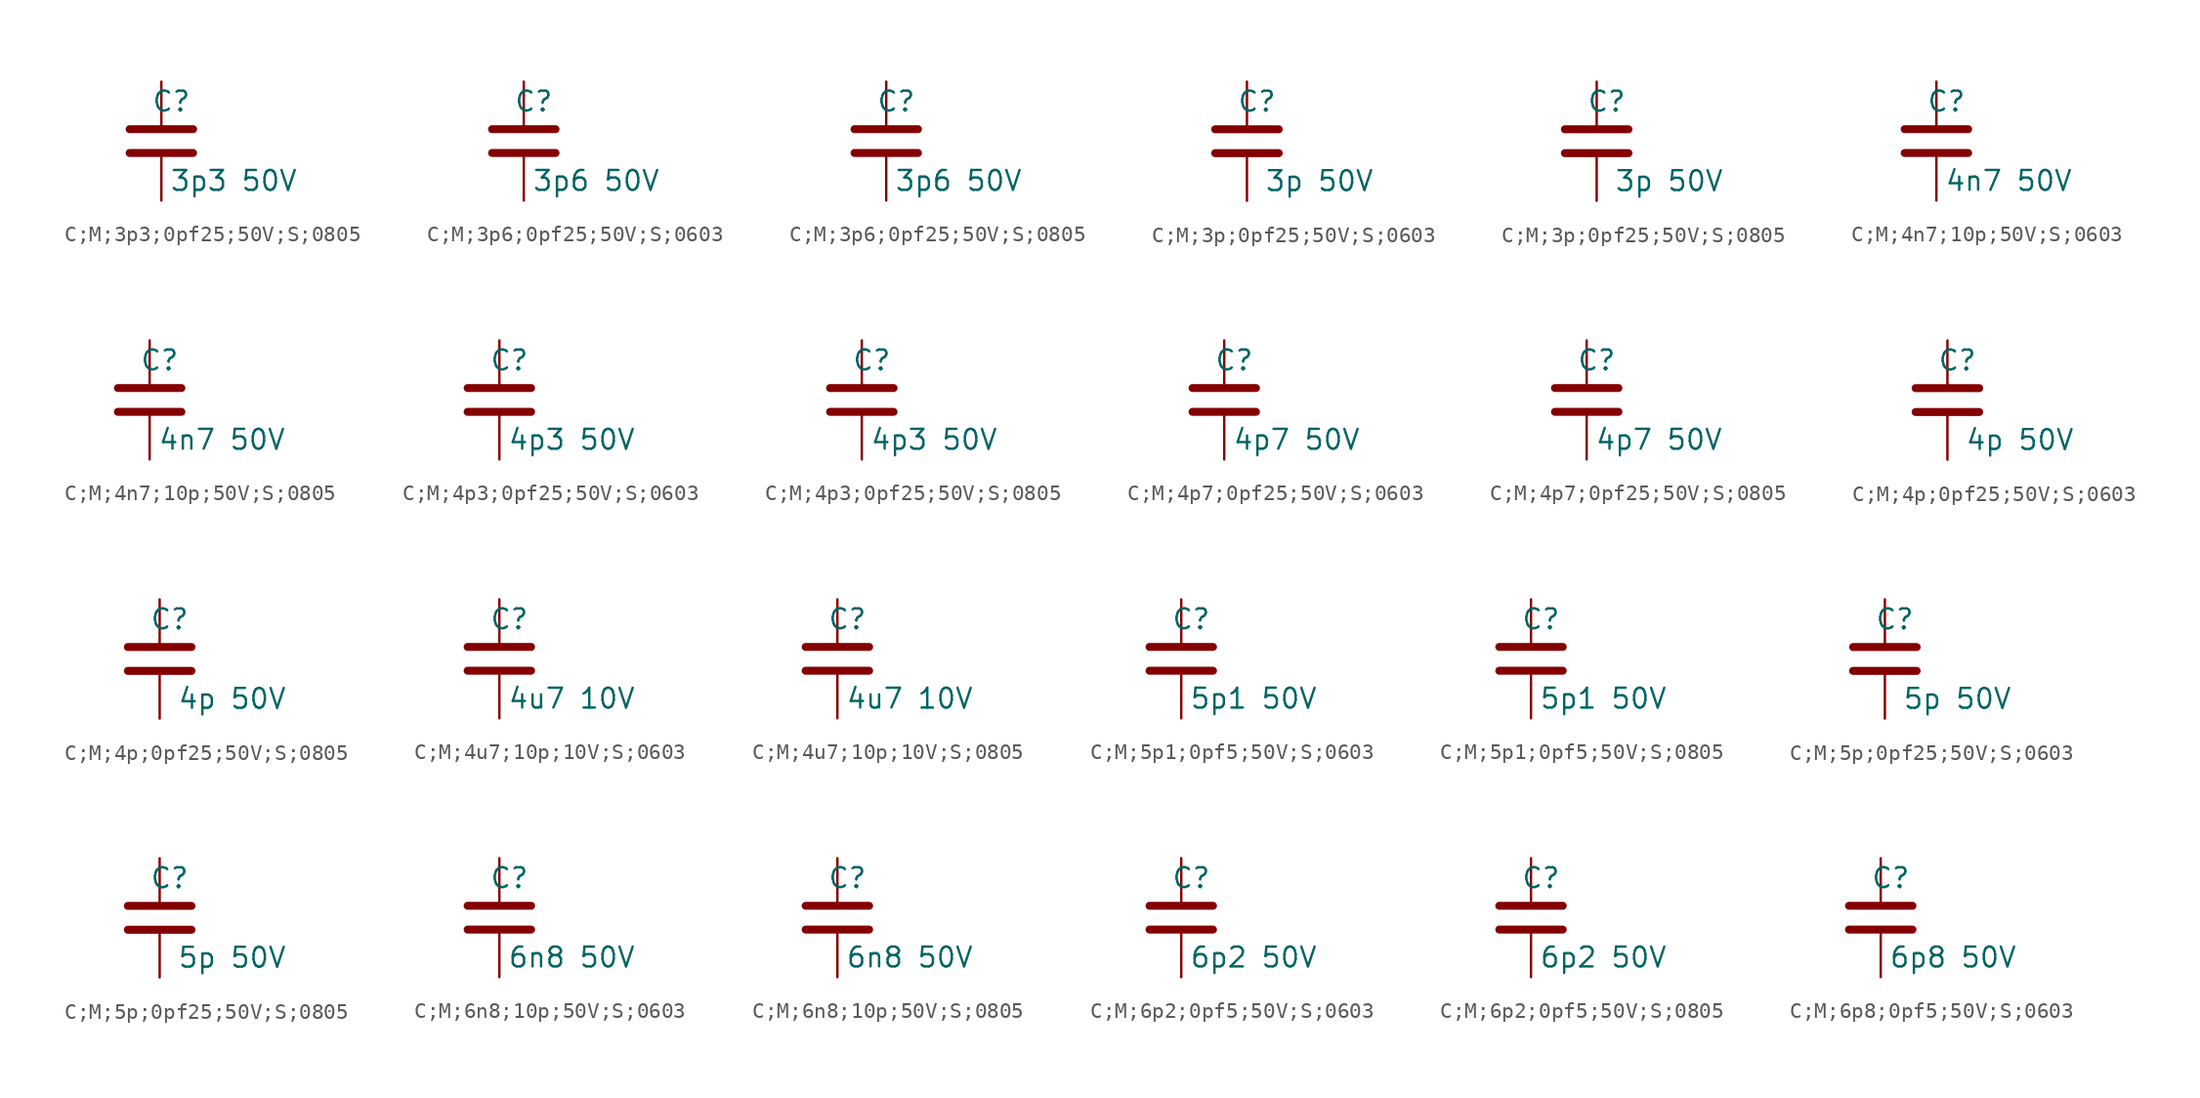
<source format=kicad_sym>
(kicad_symbol_lib
  (version 20231120)
  (generator "kicad_symbol_editor")
  (generator_version "8.0")
  (symbol "C;M;3p3;0pf25;50V;S;0805"
    (pin_numbers hide)
    (pin_names
      (offset 0.254))
    (property "Reference" "C"
      (at 0.635 2.54 0)
      (effects (font (size 1.27 1.27))))
    (property "Value" "3p3 50V"
      (at 4.635 -2.54 0)
      (effects (font (size 1.27 1.27))))
    (symbol "C;M;3p3;0pf25;50V;S;0805_0_1"
      (polyline (pts (xy -2.032 -0.762) (xy 2.032 -0.762)) (stroke (width 0.508) (type default)) (fill (type none)))
      (polyline (pts (xy -2.032 0.762) (xy 2.032 0.762)) (stroke (width 0.508) (type default)) (fill (type none))))
    (symbol "C;M;3p3;0pf25;50V;S;0805_1_1"
      (pin passive line (at 0 3.81 270) (length 2.794) (name "~" (effects (font (size 1.27 1.27)))) (number "1" (effects (font (size 1.27 1.27)))))
      (pin passive line (at 0 -3.81 90) (length 2.794) (name "~" (effects (font (size 1.27 1.27)))) (number "2" (effects (font (size 1.27 1.27)))))))
  (symbol "C;M;3p6;0pf25;50V;S;0603"
    (pin_numbers hide)
    (pin_names
      (offset 0.254))
    (property "Reference" "C"
      (at 0.635 2.54 0)
      (effects (font (size 1.27 1.27))))
    (property "Value" "3p6 50V"
      (at 4.635 -2.54 0)
      (effects (font (size 1.27 1.27))))
    (symbol "C;M;3p6;0pf25;50V;S;0603_0_1"
      (polyline (pts (xy -2.032 -0.762) (xy 2.032 -0.762)) (stroke (width 0.508) (type default)) (fill (type none)))
      (polyline (pts (xy -2.032 0.762) (xy 2.032 0.762)) (stroke (width 0.508) (type default)) (fill (type none))))
    (symbol "C;M;3p6;0pf25;50V;S;0603_1_1"
      (pin passive line (at 0 3.81 270) (length 2.794) (name "~" (effects (font (size 1.27 1.27)))) (number "1" (effects (font (size 1.27 1.27)))))
      (pin passive line (at 0 -3.81 90) (length 2.794) (name "~" (effects (font (size 1.27 1.27)))) (number "2" (effects (font (size 1.27 1.27)))))))
  (symbol "C;M;3p6;0pf25;50V;S;0805"
    (pin_numbers hide)
    (pin_names
      (offset 0.254))
    (property "Reference" "C"
      (at 0.635 2.54 0)
      (effects (font (size 1.27 1.27))))
    (property "Value" "3p6 50V"
      (at 4.635 -2.54 0)
      (effects (font (size 1.27 1.27))))
    (symbol "C;M;3p6;0pf25;50V;S;0805_0_1"
      (polyline (pts (xy -2.032 -0.762) (xy 2.032 -0.762)) (stroke (width 0.508) (type default)) (fill (type none)))
      (polyline (pts (xy -2.032 0.762) (xy 2.032 0.762)) (stroke (width 0.508) (type default)) (fill (type none))))
    (symbol "C;M;3p6;0pf25;50V;S;0805_1_1"
      (pin passive line (at 0 3.81 270) (length 2.794) (name "~" (effects (font (size 1.27 1.27)))) (number "1" (effects (font (size 1.27 1.27)))))
      (pin passive line (at 0 -3.81 90) (length 2.794) (name "~" (effects (font (size 1.27 1.27)))) (number "2" (effects (font (size 1.27 1.27)))))))
  (symbol "C;M;3p;0pf25;50V;S;0603"
    (pin_numbers hide)
    (pin_names
      (offset 0.254))
    (property "Reference" "C"
      (at 0.635 2.54 0)
      (effects (font (size 1.27 1.27))))
    (property "Value" "3p 50V"
      (at 4.635 -2.54 0)
      (effects (font (size 1.27 1.27))))
    (symbol "C;M;3p;0pf25;50V;S;0603_0_1"
      (polyline (pts (xy -2.032 -0.762) (xy 2.032 -0.762)) (stroke (width 0.508) (type default)) (fill (type none)))
      (polyline (pts (xy -2.032 0.762) (xy 2.032 0.762)) (stroke (width 0.508) (type default)) (fill (type none))))
    (symbol "C;M;3p;0pf25;50V;S;0603_1_1"
      (pin passive line (at 0 3.81 270) (length 2.794) (name "~" (effects (font (size 1.27 1.27)))) (number "1" (effects (font (size 1.27 1.27)))))
      (pin passive line (at 0 -3.81 90) (length 2.794) (name "~" (effects (font (size 1.27 1.27)))) (number "2" (effects (font (size 1.27 1.27)))))))
  (symbol "C;M;3p;0pf25;50V;S;0805"
    (pin_numbers hide)
    (pin_names
      (offset 0.254))
    (property "Reference" "C"
      (at 0.635 2.54 0)
      (effects (font (size 1.27 1.27))))
    (property "Value" "3p 50V"
      (at 4.635 -2.54 0)
      (effects (font (size 1.27 1.27))))
    (symbol "C;M;3p;0pf25;50V;S;0805_0_1"
      (polyline (pts (xy -2.032 -0.762) (xy 2.032 -0.762)) (stroke (width 0.508) (type default)) (fill (type none)))
      (polyline (pts (xy -2.032 0.762) (xy 2.032 0.762)) (stroke (width 0.508) (type default)) (fill (type none))))
    (symbol "C;M;3p;0pf25;50V;S;0805_1_1"
      (pin passive line (at 0 3.81 270) (length 2.794) (name "~" (effects (font (size 1.27 1.27)))) (number "1" (effects (font (size 1.27 1.27)))))
      (pin passive line (at 0 -3.81 90) (length 2.794) (name "~" (effects (font (size 1.27 1.27)))) (number "2" (effects (font (size 1.27 1.27)))))))
  (symbol "C;M;4n7;10p;50V;S;0603"
    (pin_numbers hide)
    (pin_names
      (offset 0.254))
    (property "Reference" "C"
      (at 0.635 2.54 0)
      (effects (font (size 1.27 1.27))))
    (property "Value" "4n7 50V"
      (at 4.635 -2.54 0)
      (effects (font (size 1.27 1.27))))
    (symbol "C;M;4n7;10p;50V;S;0603_0_1"
      (polyline (pts (xy -2.032 -0.762) (xy 2.032 -0.762)) (stroke (width 0.508) (type default)) (fill (type none)))
      (polyline (pts (xy -2.032 0.762) (xy 2.032 0.762)) (stroke (width 0.508) (type default)) (fill (type none))))
    (symbol "C;M;4n7;10p;50V;S;0603_1_1"
      (pin passive line (at 0 3.81 270) (length 2.794) (name "~" (effects (font (size 1.27 1.27)))) (number "1" (effects (font (size 1.27 1.27)))))
      (pin passive line (at 0 -3.81 90) (length 2.794) (name "~" (effects (font (size 1.27 1.27)))) (number "2" (effects (font (size 1.27 1.27)))))))
  (symbol "C;M;4n7;10p;50V;S;0805"
    (pin_numbers hide)
    (pin_names
      (offset 0.254))
    (property "Reference" "C"
      (at 0.635 2.54 0)
      (effects (font (size 1.27 1.27))))
    (property "Value" "4n7 50V"
      (at 4.635 -2.54 0)
      (effects (font (size 1.27 1.27))))
    (symbol "C;M;4n7;10p;50V;S;0805_0_1"
      (polyline (pts (xy -2.032 -0.762) (xy 2.032 -0.762)) (stroke (width 0.508) (type default)) (fill (type none)))
      (polyline (pts (xy -2.032 0.762) (xy 2.032 0.762)) (stroke (width 0.508) (type default)) (fill (type none))))
    (symbol "C;M;4n7;10p;50V;S;0805_1_1"
      (pin passive line (at 0 3.81 270) (length 2.794) (name "~" (effects (font (size 1.27 1.27)))) (number "1" (effects (font (size 1.27 1.27)))))
      (pin passive line (at 0 -3.81 90) (length 2.794) (name "~" (effects (font (size 1.27 1.27)))) (number "2" (effects (font (size 1.27 1.27)))))))
  (symbol "C;M;4p3;0pf25;50V;S;0603"
    (pin_numbers hide)
    (pin_names
      (offset 0.254))
    (property "Reference" "C"
      (at 0.635 2.54 0)
      (effects (font (size 1.27 1.27))))
    (property "Value" "4p3 50V"
      (at 4.635 -2.54 0)
      (effects (font (size 1.27 1.27))))
    (symbol "C;M;4p3;0pf25;50V;S;0603_0_1"
      (polyline (pts (xy -2.032 -0.762) (xy 2.032 -0.762)) (stroke (width 0.508) (type default)) (fill (type none)))
      (polyline (pts (xy -2.032 0.762) (xy 2.032 0.762)) (stroke (width 0.508) (type default)) (fill (type none))))
    (symbol "C;M;4p3;0pf25;50V;S;0603_1_1"
      (pin passive line (at 0 3.81 270) (length 2.794) (name "~" (effects (font (size 1.27 1.27)))) (number "1" (effects (font (size 1.27 1.27)))))
      (pin passive line (at 0 -3.81 90) (length 2.794) (name "~" (effects (font (size 1.27 1.27)))) (number "2" (effects (font (size 1.27 1.27)))))))
  (symbol "C;M;4p3;0pf25;50V;S;0805"
    (pin_numbers hide)
    (pin_names
      (offset 0.254))
    (property "Reference" "C"
      (at 0.635 2.54 0)
      (effects (font (size 1.27 1.27))))
    (property "Value" "4p3 50V"
      (at 4.635 -2.54 0)
      (effects (font (size 1.27 1.27))))
    (symbol "C;M;4p3;0pf25;50V;S;0805_0_1"
      (polyline (pts (xy -2.032 -0.762) (xy 2.032 -0.762)) (stroke (width 0.508) (type default)) (fill (type none)))
      (polyline (pts (xy -2.032 0.762) (xy 2.032 0.762)) (stroke (width 0.508) (type default)) (fill (type none))))
    (symbol "C;M;4p3;0pf25;50V;S;0805_1_1"
      (pin passive line (at 0 3.81 270) (length 2.794) (name "~" (effects (font (size 1.27 1.27)))) (number "1" (effects (font (size 1.27 1.27)))))
      (pin passive line (at 0 -3.81 90) (length 2.794) (name "~" (effects (font (size 1.27 1.27)))) (number "2" (effects (font (size 1.27 1.27)))))))
  (symbol "C;M;4p7;0pf25;50V;S;0603"
    (pin_numbers hide)
    (pin_names
      (offset 0.254))
    (property "Reference" "C"
      (at 0.635 2.54 0)
      (effects (font (size 1.27 1.27))))
    (property "Value" "4p7 50V"
      (at 4.635 -2.54 0)
      (effects (font (size 1.27 1.27))))
    (symbol "C;M;4p7;0pf25;50V;S;0603_0_1"
      (polyline (pts (xy -2.032 -0.762) (xy 2.032 -0.762)) (stroke (width 0.508) (type default)) (fill (type none)))
      (polyline (pts (xy -2.032 0.762) (xy 2.032 0.762)) (stroke (width 0.508) (type default)) (fill (type none))))
    (symbol "C;M;4p7;0pf25;50V;S;0603_1_1"
      (pin passive line (at 0 3.81 270) (length 2.794) (name "~" (effects (font (size 1.27 1.27)))) (number "1" (effects (font (size 1.27 1.27)))))
      (pin passive line (at 0 -3.81 90) (length 2.794) (name "~" (effects (font (size 1.27 1.27)))) (number "2" (effects (font (size 1.27 1.27)))))))
  (symbol "C;M;4p7;0pf25;50V;S;0805"
    (pin_numbers hide)
    (pin_names
      (offset 0.254))
    (property "Reference" "C"
      (at 0.635 2.54 0)
      (effects (font (size 1.27 1.27))))
    (property "Value" "4p7 50V"
      (at 4.635 -2.54 0)
      (effects (font (size 1.27 1.27))))
    (symbol "C;M;4p7;0pf25;50V;S;0805_0_1"
      (polyline (pts (xy -2.032 -0.762) (xy 2.032 -0.762)) (stroke (width 0.508) (type default)) (fill (type none)))
      (polyline (pts (xy -2.032 0.762) (xy 2.032 0.762)) (stroke (width 0.508) (type default)) (fill (type none))))
    (symbol "C;M;4p7;0pf25;50V;S;0805_1_1"
      (pin passive line (at 0 3.81 270) (length 2.794) (name "~" (effects (font (size 1.27 1.27)))) (number "1" (effects (font (size 1.27 1.27)))))
      (pin passive line (at 0 -3.81 90) (length 2.794) (name "~" (effects (font (size 1.27 1.27)))) (number "2" (effects (font (size 1.27 1.27)))))))
  (symbol "C;M;4p;0pf25;50V;S;0603"
    (pin_numbers hide)
    (pin_names
      (offset 0.254))
    (property "Reference" "C"
      (at 0.635 2.54 0)
      (effects (font (size 1.27 1.27))))
    (property "Value" "4p 50V"
      (at 4.635 -2.54 0)
      (effects (font (size 1.27 1.27))))
    (symbol "C;M;4p;0pf25;50V;S;0603_0_1"
      (polyline (pts (xy -2.032 -0.762) (xy 2.032 -0.762)) (stroke (width 0.508) (type default)) (fill (type none)))
      (polyline (pts (xy -2.032 0.762) (xy 2.032 0.762)) (stroke (width 0.508) (type default)) (fill (type none))))
    (symbol "C;M;4p;0pf25;50V;S;0603_1_1"
      (pin passive line (at 0 3.81 270) (length 2.794) (name "~" (effects (font (size 1.27 1.27)))) (number "1" (effects (font (size 1.27 1.27)))))
      (pin passive line (at 0 -3.81 90) (length 2.794) (name "~" (effects (font (size 1.27 1.27)))) (number "2" (effects (font (size 1.27 1.27)))))))
  (symbol "C;M;4p;0pf25;50V;S;0805"
    (pin_numbers hide)
    (pin_names
      (offset 0.254))
    (property "Reference" "C"
      (at 0.635 2.54 0)
      (effects (font (size 1.27 1.27))))
    (property "Value" "4p 50V"
      (at 4.635 -2.54 0)
      (effects (font (size 1.27 1.27))))
    (symbol "C;M;4p;0pf25;50V;S;0805_0_1"
      (polyline (pts (xy -2.032 -0.762) (xy 2.032 -0.762)) (stroke (width 0.508) (type default)) (fill (type none)))
      (polyline (pts (xy -2.032 0.762) (xy 2.032 0.762)) (stroke (width 0.508) (type default)) (fill (type none))))
    (symbol "C;M;4p;0pf25;50V;S;0805_1_1"
      (pin passive line (at 0 3.81 270) (length 2.794) (name "~" (effects (font (size 1.27 1.27)))) (number "1" (effects (font (size 1.27 1.27)))))
      (pin passive line (at 0 -3.81 90) (length 2.794) (name "~" (effects (font (size 1.27 1.27)))) (number "2" (effects (font (size 1.27 1.27)))))))
  (symbol "C;M;4u7;10p;10V;S;0603"
    (pin_numbers hide)
    (pin_names
      (offset 0.254))
    (property "Reference" "C"
      (at 0.635 2.54 0)
      (effects (font (size 1.27 1.27))))
    (property "Value" "4u7 10V"
      (at 4.635 -2.54 0)
      (effects (font (size 1.27 1.27))))
    (symbol "C;M;4u7;10p;10V;S;0603_0_1"
      (polyline (pts (xy -2.032 -0.762) (xy 2.032 -0.762)) (stroke (width 0.508) (type default)) (fill (type none)))
      (polyline (pts (xy -2.032 0.762) (xy 2.032 0.762)) (stroke (width 0.508) (type default)) (fill (type none))))
    (symbol "C;M;4u7;10p;10V;S;0603_1_1"
      (pin passive line (at 0 3.81 270) (length 2.794) (name "~" (effects (font (size 1.27 1.27)))) (number "1" (effects (font (size 1.27 1.27)))))
      (pin passive line (at 0 -3.81 90) (length 2.794) (name "~" (effects (font (size 1.27 1.27)))) (number "2" (effects (font (size 1.27 1.27)))))))
  (symbol "C;M;4u7;10p;10V;S;0805"
    (pin_numbers hide)
    (pin_names
      (offset 0.254))
    (property "Reference" "C"
      (at 0.635 2.54 0)
      (effects (font (size 1.27 1.27))))
    (property "Value" "4u7 10V"
      (at 4.635 -2.54 0)
      (effects (font (size 1.27 1.27))))
    (symbol "C;M;4u7;10p;10V;S;0805_0_1"
      (polyline (pts (xy -2.032 -0.762) (xy 2.032 -0.762)) (stroke (width 0.508) (type default)) (fill (type none)))
      (polyline (pts (xy -2.032 0.762) (xy 2.032 0.762)) (stroke (width 0.508) (type default)) (fill (type none))))
    (symbol "C;M;4u7;10p;10V;S;0805_1_1"
      (pin passive line (at 0 3.81 270) (length 2.794) (name "~" (effects (font (size 1.27 1.27)))) (number "1" (effects (font (size 1.27 1.27)))))
      (pin passive line (at 0 -3.81 90) (length 2.794) (name "~" (effects (font (size 1.27 1.27)))) (number "2" (effects (font (size 1.27 1.27)))))))
  (symbol "C;M;5p1;0pf5;50V;S;0603"
    (pin_numbers hide)
    (pin_names
      (offset 0.254))
    (property "Reference" "C"
      (at 0.635 2.54 0)
      (effects (font (size 1.27 1.27))))
    (property "Value" "5p1 50V"
      (at 4.635 -2.54 0)
      (effects (font (size 1.27 1.27))))
    (symbol "C;M;5p1;0pf5;50V;S;0603_0_1"
      (polyline (pts (xy -2.032 -0.762) (xy 2.032 -0.762)) (stroke (width 0.508) (type default)) (fill (type none)))
      (polyline (pts (xy -2.032 0.762) (xy 2.032 0.762)) (stroke (width 0.508) (type default)) (fill (type none))))
    (symbol "C;M;5p1;0pf5;50V;S;0603_1_1"
      (pin passive line (at 0 3.81 270) (length 2.794) (name "~" (effects (font (size 1.27 1.27)))) (number "1" (effects (font (size 1.27 1.27)))))
      (pin passive line (at 0 -3.81 90) (length 2.794) (name "~" (effects (font (size 1.27 1.27)))) (number "2" (effects (font (size 1.27 1.27)))))))
  (symbol "C;M;5p1;0pf5;50V;S;0805"
    (pin_numbers hide)
    (pin_names
      (offset 0.254))
    (property "Reference" "C"
      (at 0.635 2.54 0)
      (effects (font (size 1.27 1.27))))
    (property "Value" "5p1 50V"
      (at 4.635 -2.54 0)
      (effects (font (size 1.27 1.27))))
    (symbol "C;M;5p1;0pf5;50V;S;0805_0_1"
      (polyline (pts (xy -2.032 -0.762) (xy 2.032 -0.762)) (stroke (width 0.508) (type default)) (fill (type none)))
      (polyline (pts (xy -2.032 0.762) (xy 2.032 0.762)) (stroke (width 0.508) (type default)) (fill (type none))))
    (symbol "C;M;5p1;0pf5;50V;S;0805_1_1"
      (pin passive line (at 0 3.81 270) (length 2.794) (name "~" (effects (font (size 1.27 1.27)))) (number "1" (effects (font (size 1.27 1.27)))))
      (pin passive line (at 0 -3.81 90) (length 2.794) (name "~" (effects (font (size 1.27 1.27)))) (number "2" (effects (font (size 1.27 1.27)))))))
  (symbol "C;M;5p;0pf25;50V;S;0603"
    (pin_numbers hide)
    (pin_names
      (offset 0.254))
    (property "Reference" "C"
      (at 0.635 2.54 0)
      (effects (font (size 1.27 1.27))))
    (property "Value" "5p 50V"
      (at 4.635 -2.54 0)
      (effects (font (size 1.27 1.27))))
    (symbol "C;M;5p;0pf25;50V;S;0603_0_1"
      (polyline (pts (xy -2.032 -0.762) (xy 2.032 -0.762)) (stroke (width 0.508) (type default)) (fill (type none)))
      (polyline (pts (xy -2.032 0.762) (xy 2.032 0.762)) (stroke (width 0.508) (type default)) (fill (type none))))
    (symbol "C;M;5p;0pf25;50V;S;0603_1_1"
      (pin passive line (at 0 3.81 270) (length 2.794) (name "~" (effects (font (size 1.27 1.27)))) (number "1" (effects (font (size 1.27 1.27)))))
      (pin passive line (at 0 -3.81 90) (length 2.794) (name "~" (effects (font (size 1.27 1.27)))) (number "2" (effects (font (size 1.27 1.27)))))))
  (symbol "C;M;5p;0pf25;50V;S;0805"
    (pin_numbers hide)
    (pin_names
      (offset 0.254))
    (property "Reference" "C"
      (at 0.635 2.54 0)
      (effects (font (size 1.27 1.27))))
    (property "Value" "5p 50V"
      (at 4.635 -2.54 0)
      (effects (font (size 1.27 1.27))))
    (symbol "C;M;5p;0pf25;50V;S;0805_0_1"
      (polyline (pts (xy -2.032 -0.762) (xy 2.032 -0.762)) (stroke (width 0.508) (type default)) (fill (type none)))
      (polyline (pts (xy -2.032 0.762) (xy 2.032 0.762)) (stroke (width 0.508) (type default)) (fill (type none))))
    (symbol "C;M;5p;0pf25;50V;S;0805_1_1"
      (pin passive line (at 0 3.81 270) (length 2.794) (name "~" (effects (font (size 1.27 1.27)))) (number "1" (effects (font (size 1.27 1.27)))))
      (pin passive line (at 0 -3.81 90) (length 2.794) (name "~" (effects (font (size 1.27 1.27)))) (number "2" (effects (font (size 1.27 1.27)))))))
  (symbol "C;M;6n8;10p;50V;S;0603"
    (pin_numbers hide)
    (pin_names
      (offset 0.254))
    (property "Reference" "C"
      (at 0.635 2.54 0)
      (effects (font (size 1.27 1.27))))
    (property "Value" "6n8 50V"
      (at 4.635 -2.54 0)
      (effects (font (size 1.27 1.27))))
    (symbol "C;M;6n8;10p;50V;S;0603_0_1"
      (polyline (pts (xy -2.032 -0.762) (xy 2.032 -0.762)) (stroke (width 0.508) (type default)) (fill (type none)))
      (polyline (pts (xy -2.032 0.762) (xy 2.032 0.762)) (stroke (width 0.508) (type default)) (fill (type none))))
    (symbol "C;M;6n8;10p;50V;S;0603_1_1"
      (pin passive line (at 0 3.81 270) (length 2.794) (name "~" (effects (font (size 1.27 1.27)))) (number "1" (effects (font (size 1.27 1.27)))))
      (pin passive line (at 0 -3.81 90) (length 2.794) (name "~" (effects (font (size 1.27 1.27)))) (number "2" (effects (font (size 1.27 1.27)))))))
  (symbol "C;M;6n8;10p;50V;S;0805"
    (pin_numbers hide)
    (pin_names
      (offset 0.254))
    (property "Reference" "C"
      (at 0.635 2.54 0)
      (effects (font (size 1.27 1.27))))
    (property "Value" "6n8 50V"
      (at 4.635 -2.54 0)
      (effects (font (size 1.27 1.27))))
    (symbol "C;M;6n8;10p;50V;S;0805_0_1"
      (polyline (pts (xy -2.032 -0.762) (xy 2.032 -0.762)) (stroke (width 0.508) (type default)) (fill (type none)))
      (polyline (pts (xy -2.032 0.762) (xy 2.032 0.762)) (stroke (width 0.508) (type default)) (fill (type none))))
    (symbol "C;M;6n8;10p;50V;S;0805_1_1"
      (pin passive line (at 0 3.81 270) (length 2.794) (name "~" (effects (font (size 1.27 1.27)))) (number "1" (effects (font (size 1.27 1.27)))))
      (pin passive line (at 0 -3.81 90) (length 2.794) (name "~" (effects (font (size 1.27 1.27)))) (number "2" (effects (font (size 1.27 1.27)))))))
  (symbol "C;M;6p2;0pf5;50V;S;0603"
    (pin_numbers hide)
    (pin_names
      (offset 0.254))
    (property "Reference" "C"
      (at 0.635 2.54 0)
      (effects (font (size 1.27 1.27))))
    (property "Value" "6p2 50V"
      (at 4.635 -2.54 0)
      (effects (font (size 1.27 1.27))))
    (symbol "C;M;6p2;0pf5;50V;S;0603_0_1"
      (polyline (pts (xy -2.032 -0.762) (xy 2.032 -0.762)) (stroke (width 0.508) (type default)) (fill (type none)))
      (polyline (pts (xy -2.032 0.762) (xy 2.032 0.762)) (stroke (width 0.508) (type default)) (fill (type none))))
    (symbol "C;M;6p2;0pf5;50V;S;0603_1_1"
      (pin passive line (at 0 3.81 270) (length 2.794) (name "~" (effects (font (size 1.27 1.27)))) (number "1" (effects (font (size 1.27 1.27)))))
      (pin passive line (at 0 -3.81 90) (length 2.794) (name "~" (effects (font (size 1.27 1.27)))) (number "2" (effects (font (size 1.27 1.27)))))))
  (symbol "C;M;6p2;0pf5;50V;S;0805"
    (pin_numbers hide)
    (pin_names
      (offset 0.254))
    (property "Reference" "C"
      (at 0.635 2.54 0)
      (effects (font (size 1.27 1.27))))
    (property "Value" "6p2 50V"
      (at 4.635 -2.54 0)
      (effects (font (size 1.27 1.27))))
    (symbol "C;M;6p2;0pf5;50V;S;0805_0_1"
      (polyline (pts (xy -2.032 -0.762) (xy 2.032 -0.762)) (stroke (width 0.508) (type default)) (fill (type none)))
      (polyline (pts (xy -2.032 0.762) (xy 2.032 0.762)) (stroke (width 0.508) (type default)) (fill (type none))))
    (symbol "C;M;6p2;0pf5;50V;S;0805_1_1"
      (pin passive line (at 0 3.81 270) (length 2.794) (name "~" (effects (font (size 1.27 1.27)))) (number "1" (effects (font (size 1.27 1.27)))))
      (pin passive line (at 0 -3.81 90) (length 2.794) (name "~" (effects (font (size 1.27 1.27)))) (number "2" (effects (font (size 1.27 1.27)))))))
  (symbol "C;M;6p8;0pf5;50V;S;0603"
    (pin_numbers hide)
    (pin_names
      (offset 0.254))
    (property "Reference" "C"
      (at 0.635 2.54 0)
      (effects (font (size 1.27 1.27))))
    (property "Value" "6p8 50V"
      (at 4.635 -2.54 0)
      (effects (font (size 1.27 1.27))))
    (symbol "C;M;6p8;0pf5;50V;S;0603_0_1"
      (polyline (pts (xy -2.032 -0.762) (xy 2.032 -0.762)) (stroke (width 0.508) (type default)) (fill (type none)))
      (polyline (pts (xy -2.032 0.762) (xy 2.032 0.762)) (stroke (width 0.508) (type default)) (fill (type none))))
    (symbol "C;M;6p8;0pf5;50V;S;0603_1_1"
      (pin passive line (at 0 3.81 270) (length 2.794) (name "~" (effects (font (size 1.27 1.27)))) (number "1" (effects (font (size 1.27 1.27)))))
      (pin passive line (at 0 -3.81 90) (length 2.794) (name "~" (effects (font (size 1.27 1.27)))) (number "2" (effects (font (size 1.27 1.27))))))))
</source>
